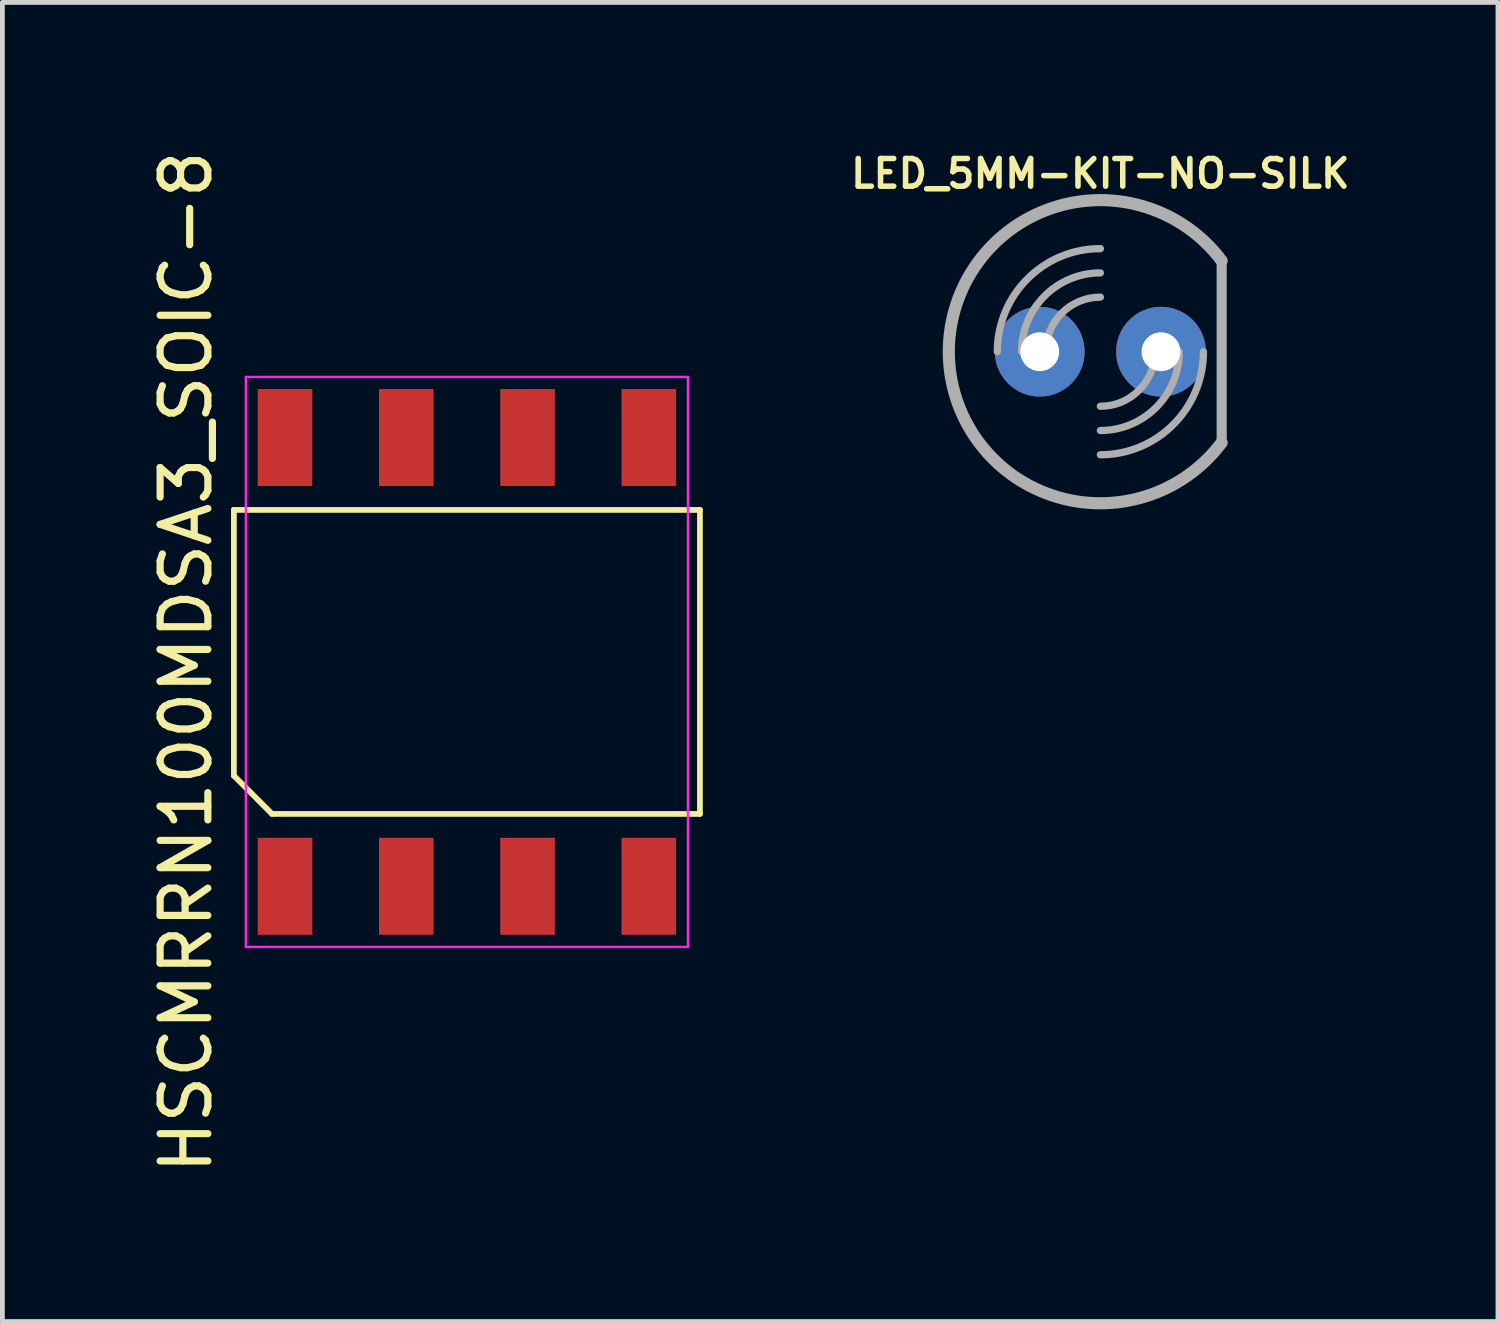
<source format=kicad_pcb>
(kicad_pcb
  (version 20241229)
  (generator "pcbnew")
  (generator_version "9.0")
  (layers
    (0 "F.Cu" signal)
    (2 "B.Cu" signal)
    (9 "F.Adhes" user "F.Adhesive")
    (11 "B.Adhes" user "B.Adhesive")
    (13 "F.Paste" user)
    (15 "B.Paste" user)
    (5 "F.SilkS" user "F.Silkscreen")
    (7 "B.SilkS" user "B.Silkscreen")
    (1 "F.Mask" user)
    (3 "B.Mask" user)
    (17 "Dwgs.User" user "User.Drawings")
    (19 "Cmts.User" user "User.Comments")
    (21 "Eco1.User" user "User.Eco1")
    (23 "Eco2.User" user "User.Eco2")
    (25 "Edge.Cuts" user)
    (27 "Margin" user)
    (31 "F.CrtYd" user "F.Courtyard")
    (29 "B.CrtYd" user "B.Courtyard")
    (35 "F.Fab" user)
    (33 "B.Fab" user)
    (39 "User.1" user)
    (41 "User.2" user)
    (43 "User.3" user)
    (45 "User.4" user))
  (footprint "HSCMRRN100MDSA3_SOIC-8"
    (layer "F.Cu")
    (at 6.73 10.815)
    (property "Reference" "HSCMRRN100MDSA3_SOIC-8" (at -5.881 0 90) (layer "F.SilkS") (effects (font (size 1 1) (thickness 0.15))))
    (attr smd)
    (fp_line (start -4.881 -3.184) (end 4.881 -3.184) (stroke (width 0.12) (type solid)) (layer "F.SilkS"))
    (fp_line (start -4.881 2.384) (end -4.881 -3.184) (stroke (width 0.12) (type solid)) (layer "F.SilkS"))
    (fp_line (start -4.082 3.184) (end -4.881 2.384) (stroke (width 0.12) (type solid)) (layer "F.SilkS"))
    (fp_line (start 4.881 -3.184) (end 4.881 3.184) (stroke (width 0.12) (type solid)) (layer "F.SilkS"))
    (fp_line (start 4.881 3.184) (end -4.082 3.184) (stroke (width 0.12) (type solid)) (layer "F.SilkS"))
    (fp_line (start -4.63 -5.97) (end 4.63 -5.97) (stroke (width 0.05) (type solid)) (layer "F.CrtYd"))
    (fp_line (start -4.63 5.97) (end -4.63 -5.97) (stroke (width 0.05) (type solid)) (layer "F.CrtYd"))
    (fp_line (start 4.63 -5.97) (end 4.63 5.97) (stroke (width 0.05) (type solid)) (layer "F.CrtYd"))
    (fp_line (start 4.63 5.97) (end -4.63 5.97) (stroke (width 0.05) (type solid)) (layer "F.CrtYd"))
    (pad "1" smd rect (at -3.81 4.7) (size 1.143 2.032) (layers "F.Cu" "F.Mask" "F.Paste"))
    (pad "2" smd rect (at -1.27 4.7) (size 1.143 2.032) (layers "F.Cu" "F.Mask" "F.Paste"))
    (pad "3" smd rect (at 1.27 4.7) (size 1.143 2.032) (layers "F.Cu" "F.Mask" "F.Paste"))
    (pad "4" smd rect (at 3.81 4.7) (size 1.143 2.032) (layers "F.Cu" "F.Mask" "F.Paste"))
    (pad "5" smd rect (at 3.81 -4.7) (size 1.143 2.032) (layers "F.Cu" "F.Mask" "F.Paste"))
    (pad "6" smd rect (at 1.27 -4.7) (size 1.143 2.032) (layers "F.Cu" "F.Mask" "F.Paste"))
    (pad "7" smd rect (at -1.27 -4.7) (size 1.143 2.032) (layers "F.Cu" "F.Mask" "F.Paste"))
    (pad "8" smd rect (at -3.81 -4.7) (size 1.143 2.032) (layers "F.Cu" "F.Mask" "F.Paste")))
  (footprint "LED_5MM-KIT-NO-SILK"
    (layer "F.Cu")
    (at 19.999 4.317)
    (property "Reference" "LED_5MM-KIT-NO-SILK" (at 0 -3.391 0) (layer "F.SilkS") (effects (font (size 0.579 0.579) (thickness 0.116)) (justify bottom)))
    (attr through_hole)
    (fp_poly (pts (xy -1.27 0.445) (xy -1.27 0.445) (xy -1.437 0.415) (xy -1.58 0.324) (xy -1.678 0.186) (xy -1.714 0.02) (xy -1.684 -0.155) (xy -1.589 -0.305) (xy -1.27 -0.447) (xy -1.099 -0.41) (xy -0.954 -0.31) (xy -0.828 0.01) (xy -0.863 0.177) (xy -0.959 0.319)) (stroke (width 0) (type solid)) (fill yes) (layer "F.Mask"))
    (fp_poly (pts (xy 1.27 0.445) (xy 1.27 0.445) (xy 1.103 0.415) (xy 0.96 0.324) (xy 0.862 0.186) (xy 0.826 0.02) (xy 0.856 -0.155) (xy 0.951 -0.305) (xy 1.27 -0.447) (xy 1.441 -0.41) (xy 1.586 -0.31) (xy 1.712 0.01) (xy 1.712 0.01) (xy 1.677 0.177) (xy 1.581 0.319)) (stroke (width 0) (type solid)) (fill yes) (layer "F.Mask"))
    (fp_poly (pts (xy 1.272 0.953) (xy 1.273 0.953) (xy 1.063 0.932) (xy 0.862 0.865) (xy 0.682 0.755) (xy 0.531 0.608) (xy 0.416 0.43) (xy 0.318 0.023) (xy 0.339 -0.192) (xy 0.408 -0.397) (xy 0.521 -0.581) (xy 0.672 -0.735) (xy 0.853 -0.852) (xy 1.056 -0.926) (xy 1.27 -0.953) (xy 1.484 -0.925) (xy 1.687 -0.851) (xy 1.868 -0.734) (xy 2.018 -0.579) (xy 2.131 -0.394) (xy 2.199 -0.189) (xy 2.22 0.025) (xy 2.22 0.025) (xy 2.194 0.234) (xy 2.123 0.431) (xy 2.009 0.608) (xy 1.859 0.754) (xy 1.68 0.864)) (stroke (width 0) (type solid)) (fill yes) (layer "B.Mask"))
    (fp_poly (pts (xy -1.268 0.953) (xy -1.267 0.953) (xy -1.477 0.932) (xy -1.678 0.865) (xy -1.858 0.755) (xy -2.009 0.608) (xy -2.124 0.43) (xy -2.222 0.023) (xy -2.222 0.023) (xy -2.201 -0.192) (xy -2.132 -0.397) (xy -2.019 -0.581) (xy -1.869 -0.735) (xy -1.687 -0.852) (xy -1.484 -0.926) (xy -1.27 -0.953) (xy -1.056 -0.925) (xy -0.853 -0.851) (xy -0.672 -0.734) (xy -0.522 -0.579) (xy -0.409 -0.394) (xy -0.341 -0.189) (xy -0.32 0.025) (xy -0.32 0.025) (xy -0.346 0.234) (xy -0.417 0.431) (xy -0.531 0.608) (xy -0.681 0.754) (xy -0.86 0.864)) (stroke (width 0) (type solid)) (fill yes) (layer "B.Mask"))
    (fp_line (start 2.54 1.905) (end 2.54 -1.905) (stroke (width 0.203) (type solid)) (layer "F.Fab"))
    (fp_line (start 2.54 1.905) (end 2.54 -1.905) (stroke (width 0.203) (type solid)) (layer "F.Fab"))
    (fp_arc (start -2.159 0) (mid -1.526644 -1.526644) (end 0 -2.159) (stroke (width 0.1524) (type solid)) (layer "F.Fab"))
    (fp_arc (start -1.651 0) (mid -1.167433 -1.167433) (end 0 -1.651) (stroke (width 0.1524) (type solid)) (layer "F.Fab"))
    (fp_arc (start -1.143 0) (mid -0.808223 -0.808223) (end 0 -1.143) (stroke (width 0.1524) (type solid)) (layer "F.Fab"))
    (fp_arc (start 1.143 0) (mid 0.808223 0.808223) (end 0 1.143) (stroke (width 0.1524) (type solid)) (layer "F.Fab"))
    (fp_arc (start 1.651 0) (mid 1.167433 1.167433) (end 0 1.651) (stroke (width 0.1524) (type solid)) (layer "F.Fab"))
    (fp_arc (start 2.159 0) (mid 1.526644 1.526644) (end 0 2.159) (stroke (width 0.1524) (type solid)) (layer "F.Fab"))
    (fp_arc (start 2.54 1.905) (mid -3.175 0) (end 2.54 -1.905) (stroke (width 0.254) (type solid)) (layer "F.Fab"))
    (pad "A" thru_hole circle (at -1.27 0) (size 1.88 1.88) (drill 0.813) (layers "*.Cu" "*.Mask"))
    (pad "K" thru_hole circle (at 1.27 0) (size 1.88 1.88) (drill 0.813) (layers "*.Cu" "*.Mask")))
  (gr_rect
    (start -3 -3)
    (end 28.327 24.631)
    (stroke (width 0.1) (type default))
    (fill no)
    (layer "Edge.Cuts")))
</source>
